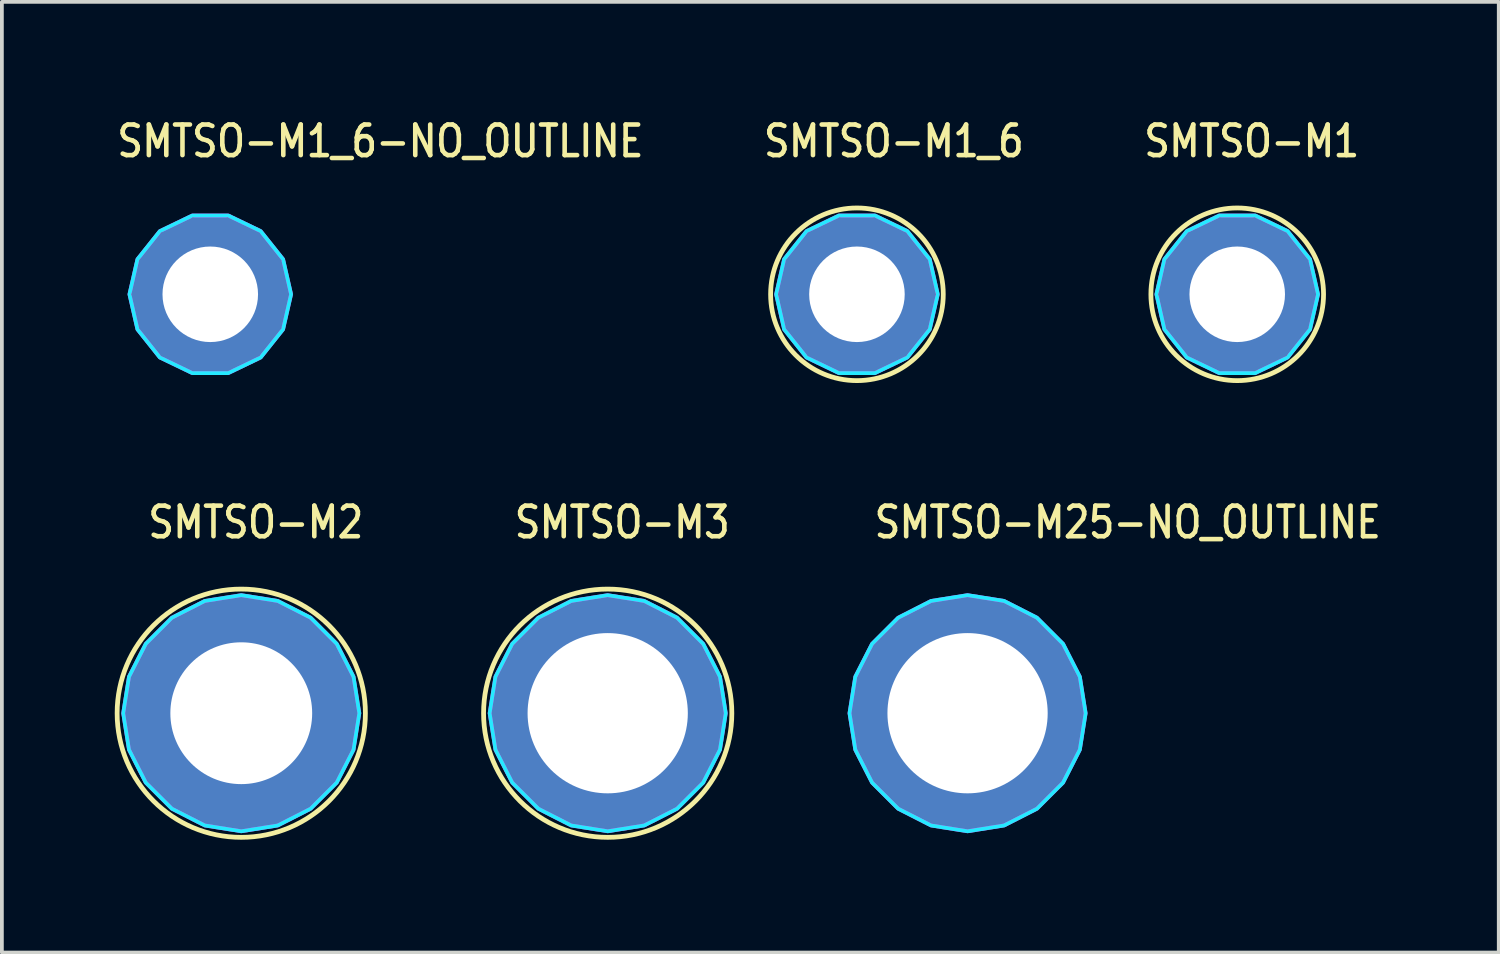
<source format=kicad_pcb>
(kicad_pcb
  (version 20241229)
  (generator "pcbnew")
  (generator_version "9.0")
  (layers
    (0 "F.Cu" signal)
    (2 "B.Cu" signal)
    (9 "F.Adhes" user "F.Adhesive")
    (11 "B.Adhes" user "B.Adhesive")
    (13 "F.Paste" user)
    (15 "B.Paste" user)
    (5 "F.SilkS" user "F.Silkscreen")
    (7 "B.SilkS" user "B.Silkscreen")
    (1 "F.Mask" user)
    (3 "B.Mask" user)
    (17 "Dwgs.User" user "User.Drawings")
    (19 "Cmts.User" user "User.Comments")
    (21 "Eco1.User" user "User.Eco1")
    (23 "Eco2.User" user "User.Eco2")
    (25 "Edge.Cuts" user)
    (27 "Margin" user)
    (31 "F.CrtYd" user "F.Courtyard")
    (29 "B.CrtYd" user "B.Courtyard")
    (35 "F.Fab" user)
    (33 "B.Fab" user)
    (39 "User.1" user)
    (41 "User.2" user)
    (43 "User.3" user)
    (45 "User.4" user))
  (footprint "SMTSO-M1_6-NO_OUTLINE"
    (layer "F.Cu")
    (at 2.54 4.774)
    (property "Reference" "SMTSO-M1_6-NO_OUTLINE" (at -2.54 -3.595 0) (unlocked yes) (layer "F.SilkS") (effects (font (size 0.813 0.695) (thickness 0.122)) (justify left bottom)))
    (fp_poly (pts (xy -1.946 -0.538) (xy 1.946 -0.538) (xy 1.234 -0.538) (xy -1.234 -0.538)) (stroke (width 0.076) (type solid)) (fill yes) (layer "F.Paste"))
    (fp_poly (pts (xy 1.946 0.538) (xy -1.946 0.538) (xy -1.234 0.538) (xy 1.234 0.538)) (stroke (width 0.076) (type solid)) (fill yes) (layer "F.Paste"))
    (fp_poly (pts (xy 2.149 0) (xy 1.936 -0.932) (xy 1.34 -1.68) (xy 0.478 -2.095) (xy -0.478 -2.095) (xy -1.34 -1.68) (xy -1.936 -0.932) (xy -2.149 0) (xy -1.936 0.932) (xy -1.34 1.68) (xy -0.478 2.095) (xy 0.478 2.095) (xy 1.34 1.68) (xy 1.936 0.932)) (stroke (width 0.1) (type solid)) (fill no) (layer "B.CrtYd"))
    (fp_poly (pts (xy 2.149 0) (xy 1.936 -0.932) (xy 1.34 -1.68) (xy 0.478 -2.095) (xy -0.478 -2.095) (xy -1.34 -1.68) (xy -1.936 -0.932) (xy -2.149 0) (xy -1.936 0.932) (xy -1.34 1.68) (xy -0.478 2.095) (xy 0.478 2.095) (xy 1.34 1.68) (xy 1.936 0.932)) (stroke (width 0.1) (type solid)) (fill no) (layer "F.CrtYd"))
    (pad "1" thru_hole oval (at 0 0) (size 4.19 4.19) (drill 2.54) (layers "*.Cu" "*.Mask")))
  (footprint "SMTSO-M3"
    (layer "F.Cu")
    (at 13.106 15.911)
    (property "Reference" "SMTSO-M3" (at -2.54 -4.6 0) (unlocked yes) (layer "F.SilkS") (effects (font (size 0.813 0.695) (thickness 0.122)) (justify left bottom)))
    (fp_circle (center 0 0) (end 3.3 0) (stroke (width 0.127) (type solid)) (fill no) (layer "F.SilkS"))
    (fp_poly (pts (xy -2.976 -0.538) (xy 2.976 -0.538) (xy 2.14 -0.538) (xy -2.14 -0.538)) (stroke (width 0.076) (type solid)) (fill yes) (layer "F.Paste"))
    (fp_poly (pts (xy 2.976 0.538) (xy -2.976 0.538) (xy -2.14 0.538) (xy 2.14 0.538)) (stroke (width 0.076) (type solid)) (fill yes) (layer "F.Paste"))
    (fp_poly (pts (xy 3.139 0) (xy 2.985 -0.97) (xy 2.539 -1.845) (xy 1.845 -2.539) (xy 0.97 -2.985) (xy 0 -3.139) (xy -0.97 -2.985) (xy -1.845 -2.539) (xy -2.539 -1.845) (xy -2.985 -0.97) (xy -3.139 0) (xy -2.985 0.97) (xy -2.539 1.845) (xy -1.845 2.539) (xy -0.97 2.985) (xy 0 3.139) (xy 0.97 2.985) (xy 1.845 2.539) (xy 2.539 1.845) (xy 2.985 0.97)) (stroke (width 0.1) (type solid)) (fill no) (layer "B.CrtYd"))
    (fp_poly (pts (xy 3.139 0) (xy 2.985 -0.97) (xy 2.539 -1.845) (xy 1.845 -2.539) (xy 0.97 -2.985) (xy 0 -3.139) (xy -0.97 -2.985) (xy -1.845 -2.539) (xy -2.539 -1.845) (xy -2.985 -0.97) (xy -3.139 0) (xy -2.985 0.97) (xy -2.539 1.845) (xy -1.845 2.539) (xy -0.97 2.985) (xy 0 3.139) (xy 0.97 2.985) (xy 1.845 2.539) (xy 2.539 1.845) (xy 2.985 0.97)) (stroke (width 0.1) (type solid)) (fill no) (layer "F.CrtYd"))
    (pad "1" thru_hole oval (at 0 0) (size 6.2 6.2) (drill 4.26) (layers "*.Cu" "*.Mask")))
  (footprint "SMTSO-M2"
    (layer "F.Cu")
    (at 3.364 15.911)
    (property "Reference" "SMTSO-M2" (at -2.54 -4.6 0) (unlocked yes) (layer "F.SilkS") (effects (font (size 0.813 0.695) (thickness 0.122)) (justify left bottom)))
    (fp_circle (center 0 0) (end 3.3 0) (stroke (width 0.127) (type solid)) (fill no) (layer "F.SilkS"))
    (fp_poly (pts (xy -2.976 -0.538) (xy 2.976 -0.538) (xy 1.886 -0.538) (xy -1.886 -0.538)) (stroke (width 0.076) (type solid)) (fill yes) (layer "F.Paste"))
    (fp_poly (pts (xy 2.976 0.538) (xy -2.976 0.538) (xy -1.886 0.538) (xy 1.886 0.538)) (stroke (width 0.076) (type solid)) (fill yes) (layer "F.Paste"))
    (fp_poly (pts (xy 3.139 0) (xy 2.985 -0.97) (xy 2.539 -1.845) (xy 1.845 -2.539) (xy 0.97 -2.985) (xy 0 -3.139) (xy -0.97 -2.985) (xy -1.845 -2.539) (xy -2.539 -1.845) (xy -2.985 -0.97) (xy -3.139 0) (xy -2.985 0.97) (xy -2.539 1.845) (xy -1.845 2.539) (xy -0.97 2.985) (xy 0 3.139) (xy 0.97 2.985) (xy 1.845 2.539) (xy 2.539 1.845) (xy 2.985 0.97)) (stroke (width 0.1) (type solid)) (fill no) (layer "B.CrtYd"))
    (fp_poly (pts (xy 3.139 0) (xy 2.985 -0.97) (xy 2.539 -1.845) (xy 1.845 -2.539) (xy 0.97 -2.985) (xy 0 -3.139) (xy -0.97 -2.985) (xy -1.845 -2.539) (xy -2.539 -1.845) (xy -2.985 -0.97) (xy -3.139 0) (xy -2.985 0.97) (xy -2.539 1.845) (xy -1.845 2.539) (xy -0.97 2.985) (xy 0 3.139) (xy 0.97 2.985) (xy 1.845 2.539) (xy 2.539 1.845) (xy 2.985 0.97)) (stroke (width 0.1) (type solid)) (fill no) (layer "F.CrtYd"))
    (pad "1" thru_hole oval (at 0 0) (size 6.2 6.2) (drill 3.77) (layers "*.Cu" "*.Mask")))
  (footprint "SMTSO-M1_6"
    (layer "F.Cu")
    (at 19.732 4.774)
    (property "Reference" "SMTSO-M1_6" (at -2.54 -3.595 0) (unlocked yes) (layer "F.SilkS") (effects (font (size 0.813 0.695) (thickness 0.122)) (justify left bottom)))
    (fp_circle (center 0 0) (end 2.295 0) (stroke (width 0.127) (type solid)) (fill no) (layer "F.SilkS"))
    (fp_poly (pts (xy -1.946 -0.538) (xy 1.946 -0.538) (xy 1.234 -0.538) (xy -1.234 -0.538)) (stroke (width 0.076) (type solid)) (fill yes) (layer "F.Paste"))
    (fp_poly (pts (xy 1.946 0.538) (xy -1.946 0.538) (xy -1.234 0.538) (xy 1.234 0.538)) (stroke (width 0.076) (type solid)) (fill yes) (layer "F.Paste"))
    (fp_poly (pts (xy 2.149 0) (xy 1.936 -0.932) (xy 1.34 -1.68) (xy 0.478 -2.095) (xy -0.478 -2.095) (xy -1.34 -1.68) (xy -1.936 -0.932) (xy -2.149 0) (xy -1.936 0.932) (xy -1.34 1.68) (xy -0.478 2.095) (xy 0.478 2.095) (xy 1.34 1.68) (xy 1.936 0.932)) (stroke (width 0.1) (type solid)) (fill no) (layer "B.CrtYd"))
    (fp_poly (pts (xy 2.149 0) (xy 1.936 -0.932) (xy 1.34 -1.68) (xy 0.478 -2.095) (xy -0.478 -2.095) (xy -1.34 -1.68) (xy -1.936 -0.932) (xy -2.149 0) (xy -1.936 0.932) (xy -1.34 1.68) (xy -0.478 2.095) (xy 0.478 2.095) (xy 1.34 1.68) (xy 1.936 0.932)) (stroke (width 0.1) (type solid)) (fill no) (layer "F.CrtYd"))
    (pad "1" thru_hole oval (at 0 0) (size 4.19 4.19) (drill 2.54) (layers "*.Cu" "*.Mask")))
  (footprint "SMTSO-M1"
    (layer "F.Cu")
    (at 29.842 4.774)
    (property "Reference" "SMTSO-M1" (at -2.54 -3.595 0) (unlocked yes) (layer "F.SilkS") (effects (font (size 0.813 0.695) (thickness 0.122)) (justify left bottom)))
    (fp_circle (center 0 0) (end 2.295 0) (stroke (width 0.127) (type solid)) (fill no) (layer "F.SilkS"))
    (fp_poly (pts (xy -1.946 -0.538) (xy 1.946 -0.538) (xy 1.234 -0.538) (xy -1.234 -0.538)) (stroke (width 0.076) (type solid)) (fill yes) (layer "F.Paste"))
    (fp_poly (pts (xy 1.946 0.538) (xy -1.946 0.538) (xy -1.234 0.538) (xy 1.234 0.538)) (stroke (width 0.076) (type solid)) (fill yes) (layer "F.Paste"))
    (fp_poly (pts (xy 2.149 0) (xy 1.936 -0.932) (xy 1.34 -1.68) (xy 0.478 -2.095) (xy -0.478 -2.095) (xy -1.34 -1.68) (xy -1.936 -0.932) (xy -2.149 0) (xy -1.936 0.932) (xy -1.34 1.68) (xy -0.478 2.095) (xy 0.478 2.095) (xy 1.34 1.68) (xy 1.936 0.932)) (stroke (width 0.1) (type solid)) (fill no) (layer "B.CrtYd"))
    (fp_poly (pts (xy 2.149 0) (xy 1.936 -0.932) (xy 1.34 -1.68) (xy 0.478 -2.095) (xy -0.478 -2.095) (xy -1.34 -1.68) (xy -1.936 -0.932) (xy -2.149 0) (xy -1.936 0.932) (xy -1.34 1.68) (xy -0.478 2.095) (xy 0.478 2.095) (xy 1.34 1.68) (xy 1.936 0.932)) (stroke (width 0.1) (type solid)) (fill no) (layer "F.CrtYd"))
    (pad "1" thru_hole oval (at 0 0) (size 4.19 4.19) (drill 2.54) (layers "*.Cu" "*.Mask")))
  (footprint "SMTSO-M25-NO_OUTLINE"
    (layer "F.Cu")
    (at 22.673 15.911)
    (property "Reference" "SMTSO-M25-NO_OUTLINE" (at -2.54 -4.6 0) (unlocked yes) (layer "F.SilkS") (effects (font (size 0.813 0.695) (thickness 0.122)) (justify left bottom)))
    (fp_poly (pts (xy -2.976 -0.538) (xy 2.976 -0.538) (xy 2.14 -0.538) (xy -2.14 -0.538)) (stroke (width 0.076) (type solid)) (fill yes) (layer "F.Paste"))
    (fp_poly (pts (xy 2.976 0.538) (xy -2.976 0.538) (xy -2.14 0.538) (xy 2.14 0.538)) (stroke (width 0.076) (type solid)) (fill yes) (layer "F.Paste"))
    (fp_poly (pts (xy 3.139 0) (xy 2.985 -0.97) (xy 2.539 -1.845) (xy 1.845 -2.539) (xy 0.97 -2.985) (xy 0 -3.139) (xy -0.97 -2.985) (xy -1.845 -2.539) (xy -2.539 -1.845) (xy -2.985 -0.97) (xy -3.139 0) (xy -2.985 0.97) (xy -2.539 1.845) (xy -1.845 2.539) (xy -0.97 2.985) (xy 0 3.139) (xy 0.97 2.985) (xy 1.845 2.539) (xy 2.539 1.845) (xy 2.985 0.97)) (stroke (width 0.1) (type solid)) (fill no) (layer "B.CrtYd"))
    (fp_poly (pts (xy 3.139 0) (xy 2.985 -0.97) (xy 2.539 -1.845) (xy 1.845 -2.539) (xy 0.97 -2.985) (xy 0 -3.139) (xy -0.97 -2.985) (xy -1.845 -2.539) (xy -2.539 -1.845) (xy -2.985 -0.97) (xy -3.139 0) (xy -2.985 0.97) (xy -2.539 1.845) (xy -1.845 2.539) (xy -0.97 2.985) (xy 0 3.139) (xy 0.97 2.985) (xy 1.845 2.539) (xy 2.539 1.845) (xy 2.985 0.97)) (stroke (width 0.1) (type solid)) (fill no) (layer "F.CrtYd"))
    (pad "1" thru_hole oval (at 0 0) (size 6.2 6.2) (drill 4.26) (layers "*.Cu" "*.Mask")))
  (gr_rect
    (start -3 -3)
    (end 36.795 22.274)
    (stroke (width 0.1) (type default))
    (fill no)
    (layer "Edge.Cuts")))
</source>
